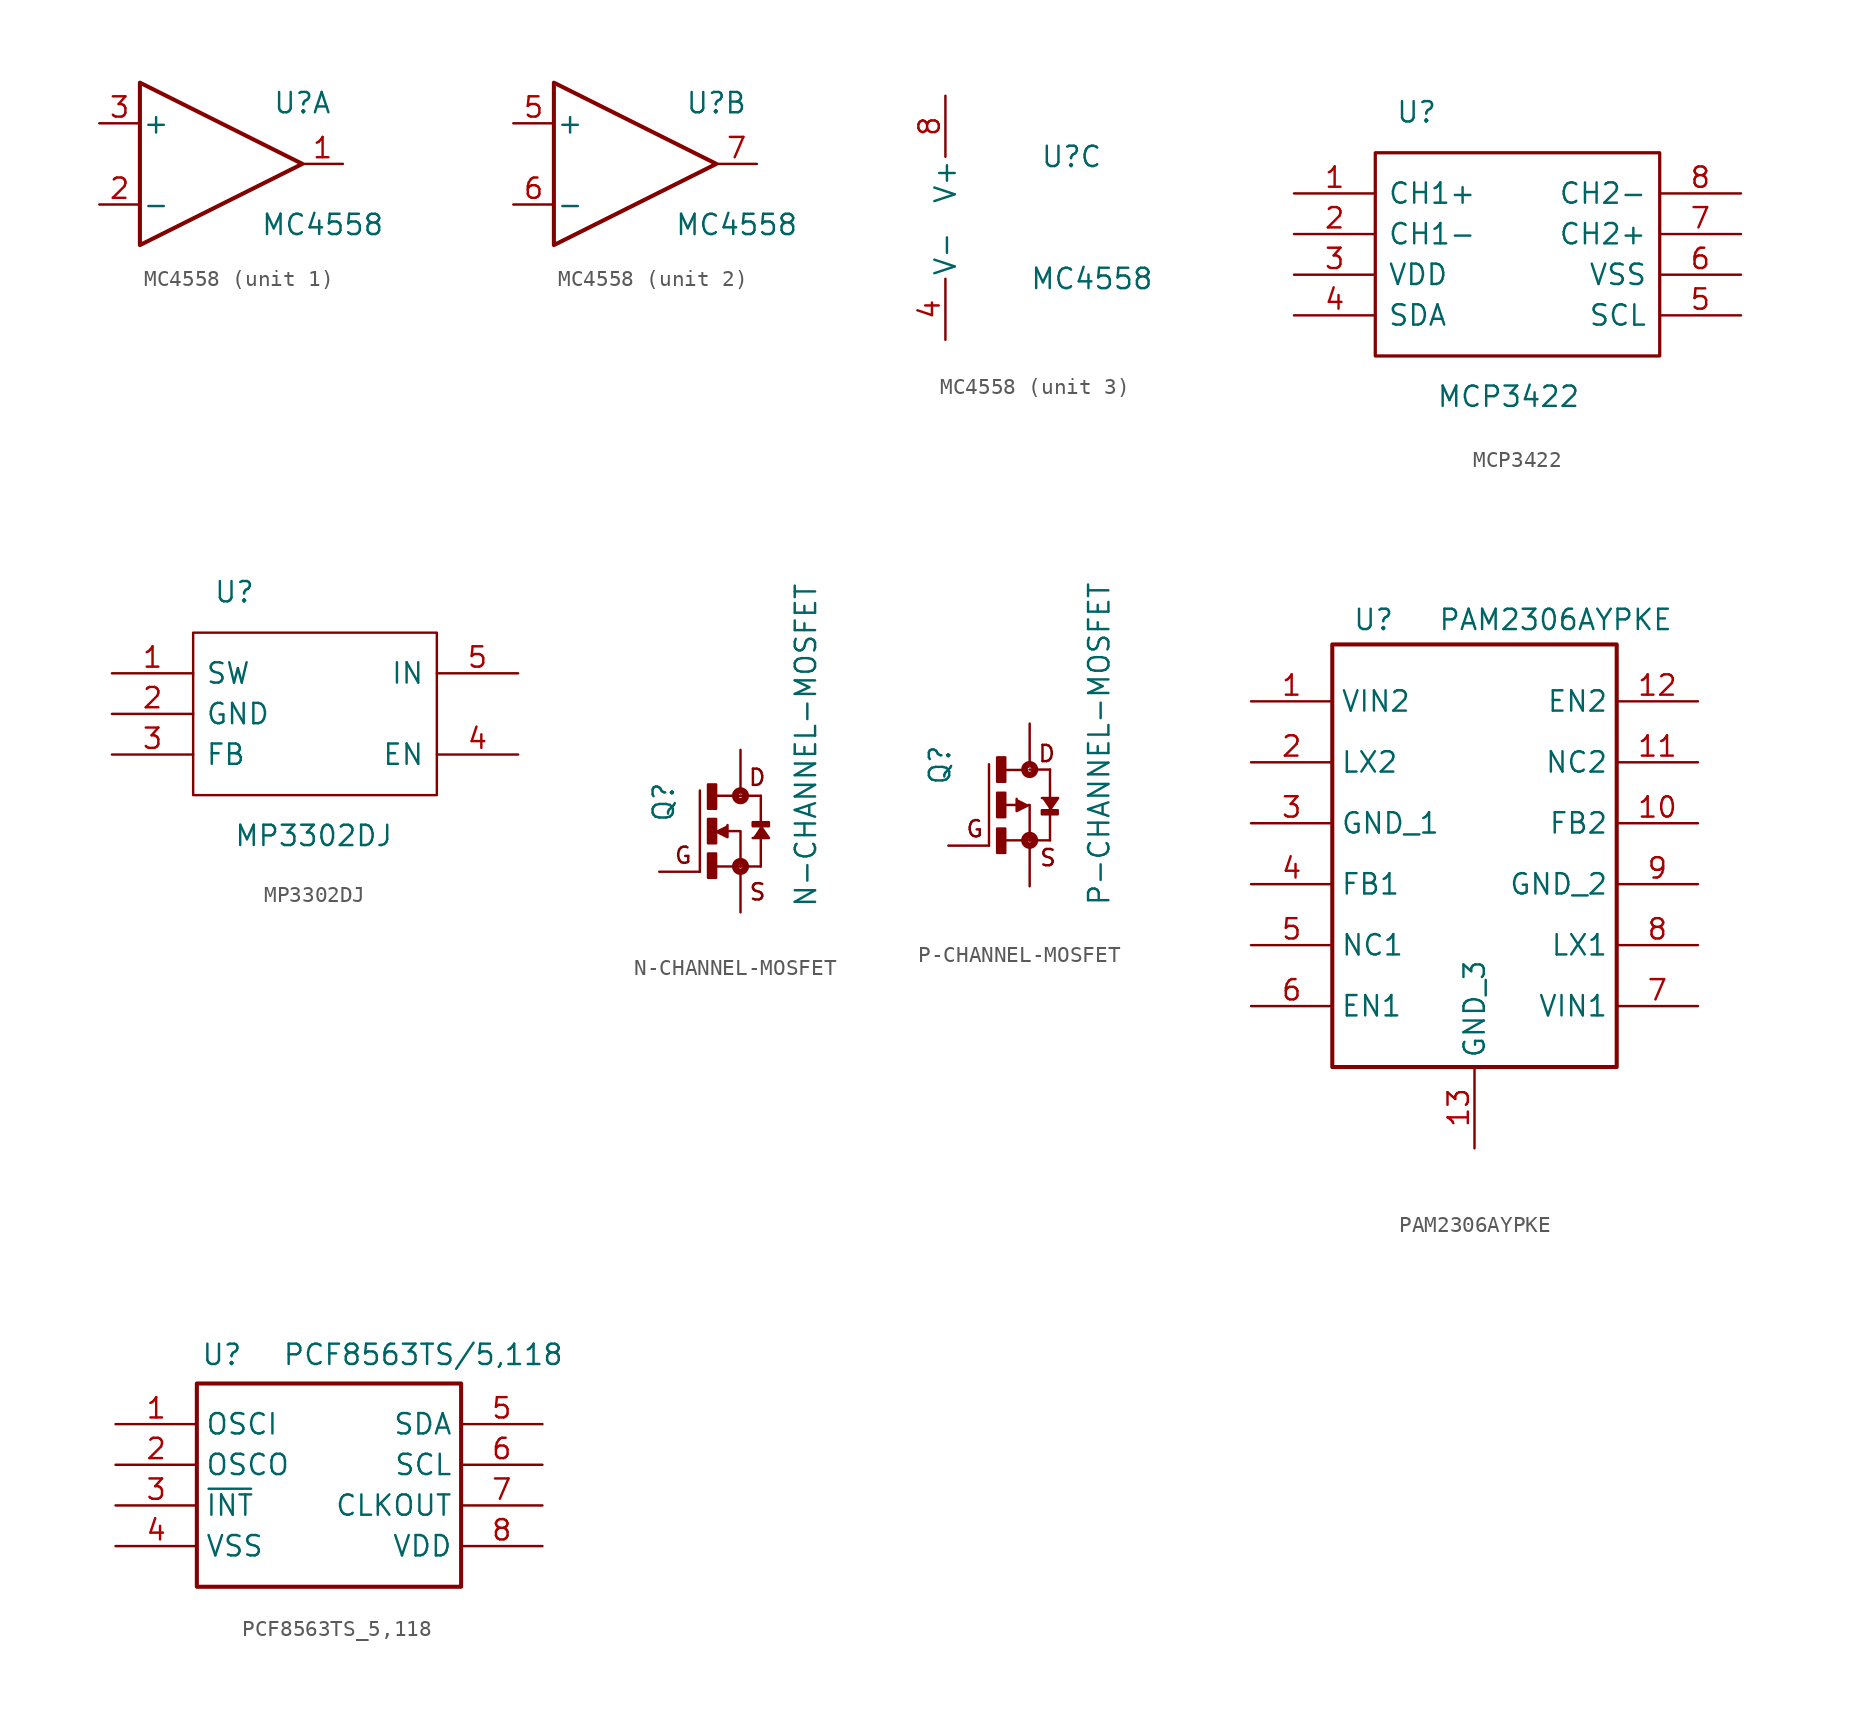
<source format=kicad_sym>
(kicad_symbol_lib
  (version 20241209)
  (generator "kicad_symbol_editor")
  (generator_version "9.0")
  (symbol "MC4558"
    (pin_names
      (offset 0.127))
    (property "Reference" "U"
      (at 5.08 3.81 0)
      (effects (font (size 1.27 1.27))))
    (property "Value" "MC4558"
      (at 6.35 -3.81 0)
      (effects (font (size 1.27 1.27))))
    (symbol "MC4558_1_1"
      (polyline (pts (xy -5.08 5.08) (xy 5.08 0) (xy -5.08 -5.08) (xy -5.08 5.08)) (stroke (width 0.254) (type solid)) (fill (type none)))
      (pin input line (at -7.62 2.54 0) (length 2.54) (name "+" (effects (font (size 1.27 1.27)))) (number "3" (effects (font (size 1.27 1.27)))))
      (pin input line (at -7.62 -2.54 0) (length 2.54) (name "-" (effects (font (size 1.27 1.27)))) (number "2" (effects (font (size 1.27 1.27)))))
      (pin output line (at 7.62 0 180) (length 2.54) (name "~" (effects (font (size 1.27 1.27)))) (number "1" (effects (font (size 1.27 1.27))))))
    (symbol "MC4558_2_1"
      (polyline (pts (xy -5.08 5.08) (xy 5.08 0) (xy -5.08 -5.08) (xy -5.08 5.08)) (stroke (width 0.254) (type solid)) (fill (type none)))
      (pin input line (at -7.62 2.54 0) (length 2.54) (name "+" (effects (font (size 1.27 1.27)))) (number "5" (effects (font (size 1.27 1.27)))))
      (pin input line (at -7.62 -2.54 0) (length 2.54) (name "-" (effects (font (size 1.27 1.27)))) (number "6" (effects (font (size 1.27 1.27)))))
      (pin output line (at 7.62 0 180) (length 2.54) (name "~" (effects (font (size 1.27 1.27)))) (number "7" (effects (font (size 1.27 1.27))))))
    (symbol "MC4558_3_1"
      (pin power_in line (at -2.794 7.62 270) (length 3.81) (name "V+" (effects (font (size 1.27 1.27)))) (number "8" (effects (font (size 1.27 1.27)))))
      (pin power_in line (at -2.794 -7.62 90) (length 3.81) (name "V-" (effects (font (size 1.27 1.27)))) (number "4" (effects (font (size 1.27 1.27)))))))
  (symbol "MCP3422"
    (pin_names
      (offset 0.762))
    (property "Reference" "U"
      (at -7.62 8.89 0)
      (effects (font (size 1.27 1.27)) (justify left)))
    (property "Value" "MCP3422"
      (at -5.08 -8.89 0)
      (effects (font (size 1.27 1.27)) (justify left)))
    (symbol "MCP3422_0_0"
      (pin bidirectional line (at -13.97 3.81 0) (length 5.08) (name "CH1+" (effects (font (size 1.27 1.27)))) (number "1" (effects (font (size 1.27 1.27)))))
      (pin bidirectional line (at -13.97 1.27 0) (length 5.08) (name "CH1-" (effects (font (size 1.27 1.27)))) (number "2" (effects (font (size 1.27 1.27)))))
      (pin bidirectional line (at -13.97 -1.27 0) (length 5.08) (name "VDD" (effects (font (size 1.27 1.27)))) (number "3" (effects (font (size 1.27 1.27)))))
      (pin bidirectional line (at -13.97 -3.81 0) (length 5.08) (name "SDA" (effects (font (size 1.27 1.27)))) (number "4" (effects (font (size 1.27 1.27)))))
      (pin bidirectional line (at 13.97 3.81 180) (length 5.08) (name "CH2-" (effects (font (size 1.27 1.27)))) (number "8" (effects (font (size 1.27 1.27)))))
      (pin bidirectional line (at 13.97 1.27 180) (length 5.08) (name "CH2+" (effects (font (size 1.27 1.27)))) (number "7" (effects (font (size 1.27 1.27)))))
      (pin bidirectional line (at 13.97 -1.27 180) (length 5.08) (name "VSS" (effects (font (size 1.27 1.27)))) (number "6" (effects (font (size 1.27 1.27)))))
      (pin bidirectional line (at 13.97 -3.81 180) (length 5.08) (name "SCL" (effects (font (size 1.27 1.27)))) (number "5" (effects (font (size 1.27 1.27))))))
    (symbol "MCP3422_0_1"
      (polyline (pts (xy -8.89 6.35) (xy 8.89 6.35) (xy 8.89 -6.35) (xy -8.89 -6.35) (xy -8.89 6.35)) (stroke (width 0.203) (type solid)) (fill (type none)))))
  (symbol "MP3302DJ"
    (pin_names
      (offset 0.762))
    (property "Reference" "U"
      (at -6.35 7.62 0)
      (effects (font (size 1.27 1.27)) (justify left)))
    (property "Value" "MP3302DJ"
      (at -5.08 -7.62 0)
      (effects (font (size 1.27 1.27)) (justify left)))
    (symbol "MP3302DJ_0_0"
      (pin bidirectional line (at -12.7 0 0) (length 5.08) (name "GND" (effects (font (size 1.27 1.27)))) (number "2" (effects (font (size 1.27 1.27))))))
    (symbol "MP3302DJ_0_1"
      (polyline (pts (xy -7.62 5.08) (xy 7.62 5.08) (xy 7.62 -5.08) (xy -7.62 -5.08) (xy -7.62 5.08)) (stroke (width 0.152) (type solid)) (fill (type none))))
    (symbol "MP3302DJ_1_0"
      (pin bidirectional line (at -12.7 2.54 0) (length 5.08) (name "SW" (effects (font (size 1.27 1.27)))) (number "1" (effects (font (size 1.27 1.27)))))
      (pin bidirectional line (at -12.7 -2.54 0) (length 5.08) (name "FB" (effects (font (size 1.27 1.27)))) (number "3" (effects (font (size 1.27 1.27)))))
      (pin bidirectional line (at 12.7 2.54 180) (length 5.08) (name "IN" (effects (font (size 1.27 1.27)))) (number "5" (effects (font (size 1.27 1.27)))))
      (pin bidirectional line (at 12.7 -2.54 180) (length 5.08) (name "EN" (effects (font (size 1.27 1.27)))) (number "4" (effects (font (size 1.27 1.27)))))))
  (symbol "N-CHANNEL-MOSFET"
    (pin_names
      (offset 1.016))
    (property "Reference" "Q"
      (at -4.064 0.508 90)
      (effects (font (size 1.27 1.27)) (justify left bottom)))
    (property "Value" "N-CHANNEL-MOSFET"
      (at 4.826 -4.826 90)
      (effects (font (size 1.27 1.27)) (justify left bottom)))
    (property "ki_locked" ""
      (at 0 0 0)
      (effects (font (size 1.27 1.27))))
    (symbol "N-CHANNEL-MOSFET_1_0"
      (polyline (pts (xy -2.54 -2.54) (xy -2.54 2.54)) (stroke (width 0) (type solid)) (fill (type none)))
      (rectangle (start -2.032 1.397) (end -1.524 2.921) (stroke (width 0) (type solid)) (fill (type outline)))
      (rectangle (start -2.032 -0.762) (end -1.524 0.762) (stroke (width 0) (type solid)) (fill (type outline)))
      (rectangle (start -2.032 -2.921) (end -1.524 -1.397) (stroke (width 0) (type solid)) (fill (type outline)))
      (polyline (pts (xy -1.905 -2.21) (xy 0 -2.21)) (stroke (width 0) (type solid)) (fill (type none)))
      (polyline (pts (xy -1.575 2.21) (xy 0 2.21)) (stroke (width 0) (type solid)) (fill (type none)))
      (polyline (pts (xy -1.575 0) (xy -0.813 -0.381) (xy -0.813 0.381)) (stroke (width 0) (type solid)) (fill (type outline)))
      (polyline (pts (xy -0.051 0) (xy -0.889 0)) (stroke (width 0) (type solid)) (fill (type none)))
      (circle (center 0 2.21) (radius 0.127) (stroke (width 0.406) (type solid)) (fill (type none)))
      (polyline (pts (xy 0 2.21) (xy 1.27 2.21)) (stroke (width 0) (type solid)) (fill (type none)))
      (polyline (pts (xy 0 0) (xy 0 -2.21)) (stroke (width 0) (type solid)) (fill (type none)))
      (circle (center 0 -2.21) (radius 0.127) (stroke (width 0.406) (type solid)) (fill (type none)))
      (rectangle (start 0.762 0.305) (end 1.778 0.559) (stroke (width 0) (type solid)) (fill (type outline)))
      (polyline (pts (xy 1.27 2.21) (xy 1.27 -2.21)) (stroke (width 0) (type solid)) (fill (type none)))
      (polyline (pts (xy 1.27 0.305) (xy 1.778 -0.432) (xy 0.762 -0.432)) (stroke (width 0) (type solid)) (fill (type outline)))
      (polyline (pts (xy 1.27 -2.21) (xy 0 -2.21)) (stroke (width 0) (type solid)) (fill (type none)))
      (text "G" (at -4.191 -1.524 0) (effects (font (size 1.016 1.016)) (justify left)))
      (text "D" (at 1.651 3.353 0) (effects (font (size 1.016 1.016)) (justify right)))
      (text "S" (at 1.651 -3.81 0) (effects (font (size 1.016 1.016)) (justify right)))
      (pin passive line (at -5.08 -2.54 0) (length 2.54) (name "G" (effects (font (size 0 0)))) (number "1" (effects (font (size 0 0)))))
      (pin passive line (at 0 5.08 270) (length 2.54) (name "D" (effects (font (size 0 0)))) (number "3" (effects (font (size 0 0)))))
      (pin passive line (at 0 -5.08 90) (length 2.54) (name "S" (effects (font (size 0 0)))) (number "2" (effects (font (size 0 0)))))))
  (symbol "P-CHANNEL-MOSFET"
    (pin_names
      (offset 1.016))
    (property "Reference" "Q"
      (at -6.35 3.81 90)
      (effects (font (size 1.27 1.27)) (justify right top)))
    (property "Value" "P-CHANNEL-MOSFET"
      (at 5.08 -6.35 90)
      (effects (font (size 1.27 1.27)) (justify left bottom)))
    (property "ki_locked" ""
      (at 0 0 0)
      (effects (font (size 1.27 1.27))))
    (symbol "P-CHANNEL-MOSFET_1_0"
      (polyline (pts (xy -2.54 -2.54) (xy -2.54 2.54)) (stroke (width 0) (type solid)) (fill (type none)))
      (rectangle (start -2.032 1.448) (end -1.524 2.972) (stroke (width 0) (type solid)) (fill (type outline)))
      (rectangle (start -2.032 -0.762) (end -1.524 0.762) (stroke (width 0) (type solid)) (fill (type outline)))
      (rectangle (start -2.032 -2.997) (end -1.524 -1.473) (stroke (width 0) (type solid)) (fill (type outline)))
      (polyline (pts (xy -1.727 2.184) (xy -0.152 2.184)) (stroke (width 0) (type solid)) (fill (type none)))
      (polyline (pts (xy -1.651 -2.21) (xy 0.254 -2.21)) (stroke (width 0) (type solid)) (fill (type none)))
      (polyline (pts (xy -0.813 0) (xy -1.651 0)) (stroke (width 0) (type solid)) (fill (type none)))
      (polyline (pts (xy -0.051 0) (xy -0.813 -0.381) (xy -0.813 0.381)) (stroke (width 0) (type solid)) (fill (type outline)))
      (circle (center 0 2.21) (radius 0.127) (stroke (width 0.406) (type solid)) (fill (type none)))
      (polyline (pts (xy 0 2.21) (xy 1.27 2.21)) (stroke (width 0) (type solid)) (fill (type none)))
      (polyline (pts (xy 0 0) (xy 0 -2.21)) (stroke (width 0) (type solid)) (fill (type none)))
      (circle (center 0 -2.21) (radius 0.127) (stroke (width 0.406) (type solid)) (fill (type none)))
      (rectangle (start 0.762 -0.584) (end 1.753 -0.33) (stroke (width 0) (type solid)) (fill (type outline)))
      (polyline (pts (xy 1.27 2.21) (xy 1.27 -2.21)) (stroke (width 0) (type solid)) (fill (type none)))
      (polyline (pts (xy 1.27 -0.305) (xy 1.778 0.432) (xy 0.762 0.432)) (stroke (width 0) (type solid)) (fill (type outline)))
      (polyline (pts (xy 1.27 -2.21) (xy 0 -2.21)) (stroke (width 0) (type solid)) (fill (type none)))
      (text "G" (at -4.039 -1.499 0) (effects (font (size 1.016 1.016)) (justify left)))
      (text "D" (at 1.676 3.2 0) (effects (font (size 1.016 1.016)) (justify right)))
      (text "S" (at 1.727 -3.302 0) (effects (font (size 1.016 1.016)) (justify right)))
      (pin passive line (at -5.08 -2.54 0) (length 2.54) (name "G" (effects (font (size 0 0)))) (number "1" (effects (font (size 0 0)))))
      (pin passive line (at 0 5.08 270) (length 2.54) (name "D" (effects (font (size 0 0)))) (number "3" (effects (font (size 0 0)))))
      (pin passive line (at 0 -5.08 90) (length 2.54) (name "S" (effects (font (size 0 0)))) (number "2" (effects (font (size 0 0)))))))
  (symbol "PAM2306AYPKE"
    (property "Reference" "U"
      (at 6.35 5.842 0)
      (effects (font (size 1.27 1.27)) (justify left top)))
    (property "Value" "PAM2306AYPKE"
      (at 11.684 5.842 0)
      (effects (font (size 1.27 1.27)) (justify left top)))
    (symbol "PAM2306AYPKE_1_1"
      (rectangle (start 5.08 3.556) (end 22.86 -22.86) (stroke (width 0.254) (type solid)) (fill (type none)))
      (pin passive line (at 0 0 0) (length 5.08) (name "VIN2" (effects (font (size 1.27 1.27)))) (number "1" (effects (font (size 1.27 1.27)))))
      (pin passive line (at 0 -3.81 0) (length 5.08) (name "LX2" (effects (font (size 1.27 1.27)))) (number "2" (effects (font (size 1.27 1.27)))))
      (pin passive line (at 0 -7.62 0) (length 5.08) (name "GND_1" (effects (font (size 1.27 1.27)))) (number "3" (effects (font (size 1.27 1.27)))))
      (pin passive line (at 0 -11.43 0) (length 5.08) (name "FB1" (effects (font (size 1.27 1.27)))) (number "4" (effects (font (size 1.27 1.27)))))
      (pin passive line (at 0 -15.24 0) (length 5.08) (name "NC1" (effects (font (size 1.27 1.27)))) (number "5" (effects (font (size 1.27 1.27)))))
      (pin passive line (at 0 -19.05 0) (length 5.08) (name "EN1" (effects (font (size 1.27 1.27)))) (number "6" (effects (font (size 1.27 1.27)))))
      (pin passive line (at 13.97 -27.94 90) (length 5.08) (name "GND_3" (effects (font (size 1.27 1.27)))) (number "13" (effects (font (size 1.27 1.27)))))
      (pin passive line (at 27.94 0 180) (length 5.08) (name "EN2" (effects (font (size 1.27 1.27)))) (number "12" (effects (font (size 1.27 1.27)))))
      (pin passive line (at 27.94 -3.81 180) (length 5.08) (name "NC2" (effects (font (size 1.27 1.27)))) (number "11" (effects (font (size 1.27 1.27)))))
      (pin passive line (at 27.94 -7.62 180) (length 5.08) (name "FB2" (effects (font (size 1.27 1.27)))) (number "10" (effects (font (size 1.27 1.27)))))
      (pin passive line (at 27.94 -11.43 180) (length 5.08) (name "GND_2" (effects (font (size 1.27 1.27)))) (number "9" (effects (font (size 1.27 1.27)))))
      (pin passive line (at 27.94 -15.24 180) (length 5.08) (name "LX1" (effects (font (size 1.27 1.27)))) (number "8" (effects (font (size 1.27 1.27)))))
      (pin passive line (at 27.94 -19.05 180) (length 5.08) (name "VIN1" (effects (font (size 1.27 1.27)))) (number "7" (effects (font (size 1.27 1.27)))))))
  (symbol "PCF8563TS_5,118"
    (property "Reference" "U"
      (at 5.334 5.08 0)
      (effects (font (size 1.27 1.27)) (justify left top)))
    (property "Value" "PCF8563TS/5,118"
      (at 10.414 5.08 0)
      (effects (font (size 1.27 1.27)) (justify left top)))
    (symbol "PCF8563TS_5,118_1_1"
      (rectangle (start 5.08 2.54) (end 21.59 -10.16) (stroke (width 0.254) (type solid)) (fill (type none)))
      (pin passive line (at 0 0 0) (length 5.08) (name "OSCI" (effects (font (size 1.27 1.27)))) (number "1" (effects (font (size 1.27 1.27)))))
      (pin passive line (at 0 -2.54 0) (length 5.08) (name "OSCO" (effects (font (size 1.27 1.27)))) (number "2" (effects (font (size 1.27 1.27)))))
      (pin passive line (at 0 -5.08 0) (length 5.08) (name "~{INT}" (effects (font (size 1.27 1.27)))) (number "3" (effects (font (size 1.27 1.27)))))
      (pin passive line (at 0 -7.62 0) (length 5.08) (name "VSS" (effects (font (size 1.27 1.27)))) (number "4" (effects (font (size 1.27 1.27)))))
      (pin passive line (at 26.67 0 180) (length 5.08) (name "SDA" (effects (font (size 1.27 1.27)))) (number "5" (effects (font (size 1.27 1.27)))))
      (pin passive line (at 26.67 -2.54 180) (length 5.08) (name "SCL" (effects (font (size 1.27 1.27)))) (number "6" (effects (font (size 1.27 1.27)))))
      (pin passive line (at 26.67 -5.08 180) (length 5.08) (name "CLKOUT" (effects (font (size 1.27 1.27)))) (number "7" (effects (font (size 1.27 1.27)))))
      (pin passive line (at 26.67 -7.62 180) (length 5.08) (name "VDD" (effects (font (size 1.27 1.27)))) (number "8" (effects (font (size 1.27 1.27))))))))
</source>
